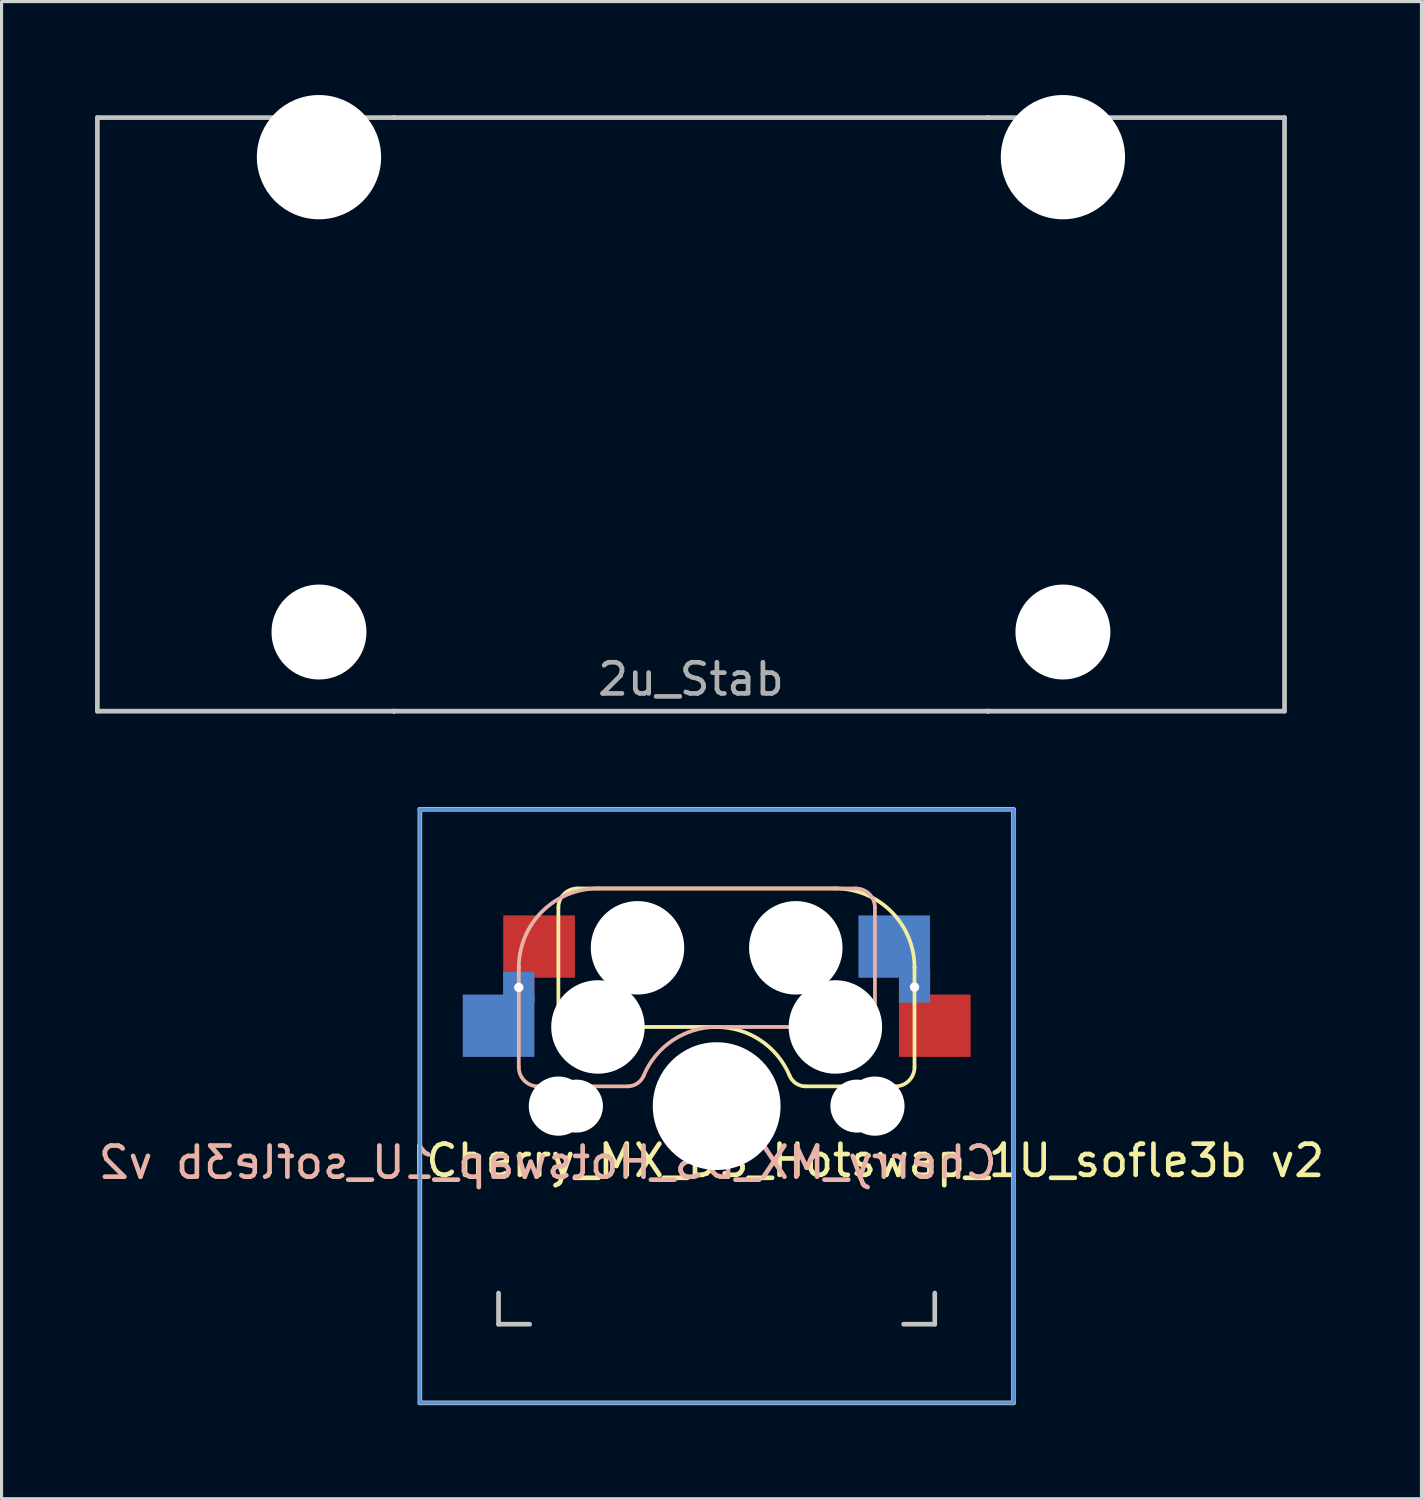
<source format=kicad_pcb>
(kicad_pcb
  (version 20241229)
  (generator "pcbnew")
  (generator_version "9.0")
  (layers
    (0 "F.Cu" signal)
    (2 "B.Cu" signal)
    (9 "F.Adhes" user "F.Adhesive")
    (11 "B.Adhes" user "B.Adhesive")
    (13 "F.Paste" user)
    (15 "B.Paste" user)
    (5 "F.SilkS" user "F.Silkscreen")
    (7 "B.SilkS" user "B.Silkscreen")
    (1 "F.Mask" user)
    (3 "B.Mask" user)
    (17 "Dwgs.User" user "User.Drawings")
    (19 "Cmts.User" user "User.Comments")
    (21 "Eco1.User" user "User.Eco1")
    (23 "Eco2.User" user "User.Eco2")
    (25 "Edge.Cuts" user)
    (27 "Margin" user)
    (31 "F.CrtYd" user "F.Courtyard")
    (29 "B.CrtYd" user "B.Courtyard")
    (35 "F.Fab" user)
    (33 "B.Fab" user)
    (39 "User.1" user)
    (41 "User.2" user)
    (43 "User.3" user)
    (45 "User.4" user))
  (footprint "Cherry_MX_DS_Hotswap_1U_sofle3b v2"
    (layer "F.Cu")
    (at 19.95 32.449)
    (property "Reference" "Cherry_MX_DS_Hotswap_1U_sofle3b v2" (at -5.42 1.81 0) (layer "B.SilkS") (effects (font (size 1 1) (thickness 0.15)) (justify mirror)))
    (attr through_hole)
    (fp_line (start -5.08 -6.36) (end -5.08 -2.54) (stroke (width 0.12) (type solid)) (layer "F.SilkS"))
    (fp_line (start -5.08 -2.54) (end -5.08 -2.54) (stroke (width 0.12) (type solid)) (layer "F.SilkS"))
    (fp_line (start -5.08 -2.54) (end -5.08 -2.54) (stroke (width 0.12) (type solid)) (layer "F.SilkS"))
    (fp_line (start -4.46 -6.985) (end 3.81 -6.985) (stroke (width 0.12) (type solid)) (layer "F.SilkS"))
    (fp_line (start 0 -2.54) (end -5.08 -2.54) (stroke (width 0.12) (type solid)) (layer "F.SilkS"))
    (fp_line (start 0 -2.54) (end 0 -2.54) (stroke (width 0.12) (type solid)) (layer "F.SilkS"))
    (fp_line (start 2.86 -0.635) (end 5.72 -0.635) (stroke (width 0.12) (type solid)) (layer "F.SilkS"))
    (fp_line (start 3.81 -6.985) (end 3.81 -6.985) (stroke (width 0.12) (type solid)) (layer "F.SilkS"))
    (fp_line (start 6.35 -4.445) (end 6.35 -4.445) (stroke (width 0.12) (type solid)) (layer "F.SilkS"))
    (fp_line (start 6.35 -1.25) (end 6.35 -4.445) (stroke (width 0.12) (type solid)) (layer "F.SilkS"))
    (fp_arc (start -5.08 -6.37) (mid -4.899871 -6.804871) (end -4.465 -6.985) (stroke (width 0.12) (type default)) (layer "F.SilkS"))
    (fp_arc (start 0 -2.536928) (mid 1.405313 -2.11213) (end 2.34 -0.98) (stroke (width 0.12) (type solid)) (layer "F.SilkS"))
    (fp_arc (start 2.859999 -0.633863) (mid 2.547381 -0.727883) (end 2.34 -0.98) (stroke (width 0.12) (type default)) (layer "F.SilkS"))
    (fp_arc (start 3.81 -6.985) (mid 5.606051 -6.241051) (end 6.35 -4.445) (stroke (width 0.12) (type solid)) (layer "F.SilkS"))
    (fp_arc (start 6.350129 -1.25) (mid 6.169985 -0.815144) (end 5.735129 -0.635) (stroke (width 0.12) (type default)) (layer "F.SilkS"))
    (fp_line (start -6.35 -4.445) (end -6.35 -4.445) (stroke (width 0.12) (type solid)) (layer "B.SilkS"))
    (fp_line (start -6.35 -4.445) (end -6.35 -1.26) (stroke (width 0.12) (type solid)) (layer "B.SilkS"))
    (fp_line (start -5.73 -0.635) (end -2.84 -0.635) (stroke (width 0.12) (type solid)) (layer "B.SilkS"))
    (fp_line (start -3.81 -6.985) (end -3.81 -6.985) (stroke (width 0.12) (type solid)) (layer "B.SilkS"))
    (fp_line (start -3.81 -6.985) (end 4.46 -6.985) (stroke (width 0.12) (type solid)) (layer "B.SilkS"))
    (fp_line (start 0 -2.54) (end 0 -2.54) (stroke (width 0.12) (type solid)) (layer "B.SilkS"))
    (fp_line (start 0 -2.54) (end 5.08 -2.54) (stroke (width 0.12) (type solid)) (layer "B.SilkS"))
    (fp_line (start 5.08 -6.37) (end 5.08 -2.54) (stroke (width 0.12) (type solid)) (layer "B.SilkS"))
    (fp_line (start 5.08 -2.54) (end 5.08 -2.54) (stroke (width 0.12) (type solid)) (layer "B.SilkS"))
    (fp_line (start 5.08 -2.54) (end 5.08 -2.54) (stroke (width 0.12) (type solid)) (layer "B.SilkS"))
    (fp_arc (start -6.35 -4.445) (mid -5.606051 -6.241051) (end -3.81 -6.985) (stroke (width 0.12) (type solid)) (layer "B.SilkS"))
    (fp_arc (start -5.735 -0.635) (mid -6.169871 -0.815129) (end -6.35 -1.25) (stroke (width 0.12) (type default)) (layer "B.SilkS"))
    (fp_arc (start -2.34 -0.983072) (mid -1.405313 -2.115202) (end 0 -2.54) (stroke (width 0.12) (type solid)) (layer "B.SilkS"))
    (fp_arc (start -2.34 -0.980845) (mid -2.539137 -0.734326) (end -2.840072 -0.635) (stroke (width 0.12) (type default)) (layer "B.SilkS"))
    (fp_arc (start 4.465129 -6.985) (mid 4.899999 -6.80487) (end 5.080129 -6.37) (stroke (width 0.12) (type default)) (layer "B.SilkS"))
    (fp_line (start -9.525 -9.525) (end 9.525 -9.525) (stroke (width 0.15) (type solid)) (layer "Dwgs.User"))
    (fp_line (start -9.525 9.525) (end -9.525 -9.525) (stroke (width 0.15) (type solid)) (layer "Dwgs.User"))
    (fp_line (start -7 6) (end -7 7) (stroke (width 0.15) (type solid)) (layer "Dwgs.User"))
    (fp_line (start -7 7) (end -6 7) (stroke (width 0.15) (type solid)) (layer "Dwgs.User"))
    (fp_line (start 6 7) (end 7 7) (stroke (width 0.15) (type solid)) (layer "Dwgs.User"))
    (fp_line (start 7 7) (end 7 6) (stroke (width 0.15) (type solid)) (layer "Dwgs.User"))
    (fp_line (start 9.525 -9.525) (end 9.525 9.525) (stroke (width 0.15) (type solid)) (layer "Dwgs.User"))
    (fp_line (start 9.525 9.525) (end -9.525 9.525) (stroke (width 0.15) (type solid)) (layer "Dwgs.User"))
    (fp_line (start -9.525 -9.525) (end -9.525 9.525) (stroke (width 0.1) (type solid)) (layer "Cmts.User"))
    (fp_line (start 9.525 -9.525) (end -9.525 -9.525) (stroke (width 0.1) (type solid)) (layer "Cmts.User"))
    (fp_line (start 9.525 -9.525) (end 9.525 9.525) (stroke (width 0.1) (type solid)) (layer "Cmts.User"))
    (fp_line (start 9.525 9.525) (end -9.525 9.525) (stroke (width 0.1) (type solid)) (layer "Cmts.User"))
    (fp_rect (start 7 -7) (end -7 7) (stroke (width 0.12) (type default)) (fill no) (layer "User.4"))
    (fp_text user "${REFERENCE}" (at 5.09 1.75 0) (layer "F.SilkS") (effects (font (size 1 1) (thickness 0.15))))
    (pad "" np_thru_hole circle (at -5.08 0) (size 1.9 1.9) (drill 1.9) (layers "*.Cu" "*.Mask"))
    (pad "" np_thru_hole circle (at -4.5 0) (size 1.7 1.7) (drill 1.7) (layers "*.Cu" "*.Mask"))
    (pad "" np_thru_hole circle (at -3.81 -2.54 180) (size 3 3) (drill 3) (layers "*.Cu" "*.Mask"))
    (pad "" np_thru_hole circle (at -2.54 -5.08 180) (size 3 3) (drill 3) (layers "*.Cu" "*.Mask"))
    (pad "" np_thru_hole circle (at 0 0 90) (size 4.1 4.1) (drill 4.1) (layers "*.Cu" "*.Mask"))
    (pad "" np_thru_hole circle (at 2.54 -5.08 180) (size 3 3) (drill 3) (layers "*.Cu" "*.Mask"))
    (pad "" np_thru_hole circle (at 3.81 -2.54 180) (size 3 3) (drill 3) (layers "*.Cu" "*.Mask"))
    (pad "" np_thru_hole circle (at 4.5 0) (size 1.7 1.7) (drill 1.7) (layers "*.Cu" "*.Mask"))
    (pad "" np_thru_hole circle (at 5.08 0) (size 1.9 1.9) (drill 1.9) (layers "*.Cu" "*.Mask"))
    (pad "5" smd rect (at 5.7 -5.12 180) (size 2.3 2) (layers "B.Cu" "B.Mask" "B.Paste"))
    (pad "5" thru_hole rect (at 6.35 -3.82) (size 1 1) (drill 0.3) (layers "*.Cu"))
    (pad "5" smd rect (at 7 -2.58 180) (size 2.3 2) (layers "F.Cu" "F.Mask" "F.Paste"))
    (pad "6" smd rect (at -7 -2.58 180) (size 2.3 2) (layers "B.Cu" "B.Mask" "B.Paste"))
    (pad "6" thru_hole rect (at -6.35 -3.81) (size 1 1) (drill 0.3) (layers "*.Cu"))
    (pad "6" smd rect (at -5.7 -5.12 180) (size 2.3 2) (layers "F.Cu" "F.Mask" "F.Paste")))
  (footprint "2u_Stab"
    (layer "F.Cu")
    (at 19.125 10.249)
    (property "Reference" "2u_Stab" (at 0 8.5 0) (layer "F.Fab") (effects (font (size 1 1) (thickness 0.15))))
    (attr through_hole)
    (fp_line (start -19.05 -9.525) (end 19.05 -9.525) (stroke (width 0.15) (type solid)) (layer "Dwgs.User"))
    (fp_line (start -19.05 9.525) (end -19.05 -9.525) (stroke (width 0.15) (type solid)) (layer "Dwgs.User"))
    (fp_line (start -9.525 -9.525) (end -9.525 -9.525) (stroke (width 0.15) (type solid)) (layer "Dwgs.User"))
    (fp_line (start -9.525 -9.525) (end -9.525 -9.525) (stroke (width 0.15) (type solid)) (layer "Dwgs.User"))
    (fp_line (start -9.525 -9.525) (end -9.525 -9.525) (stroke (width 0.15) (type solid)) (layer "Dwgs.User"))
    (fp_line (start -9.525 -9.525) (end -9.525 -9.525) (stroke (width 0.15) (type solid)) (layer "Dwgs.User"))
    (fp_line (start -9.525 9.525) (end -9.525 9.525) (stroke (width 0.15) (type solid)) (layer "Dwgs.User"))
    (fp_line (start -9.525 9.525) (end -9.525 9.525) (stroke (width 0.15) (type solid)) (layer "Dwgs.User"))
    (fp_line (start -9.525 9.525) (end -9.525 9.525) (stroke (width 0.15) (type solid)) (layer "Dwgs.User"))
    (fp_line (start -9.525 9.525) (end -9.525 9.525) (stroke (width 0.15) (type solid)) (layer "Dwgs.User"))
    (fp_line (start 9.525 -9.525) (end 9.525 -9.525) (stroke (width 0.15) (type solid)) (layer "Dwgs.User"))
    (fp_line (start 9.525 -9.525) (end 9.525 -9.525) (stroke (width 0.15) (type solid)) (layer "Dwgs.User"))
    (fp_line (start 9.525 -9.525) (end 9.525 -9.525) (stroke (width 0.15) (type solid)) (layer "Dwgs.User"))
    (fp_line (start 9.525 -9.525) (end 9.525 -9.525) (stroke (width 0.15) (type solid)) (layer "Dwgs.User"))
    (fp_line (start 9.525 9.525) (end 9.525 9.525) (stroke (width 0.15) (type solid)) (layer "Dwgs.User"))
    (fp_line (start 9.525 9.525) (end 9.525 9.525) (stroke (width 0.15) (type solid)) (layer "Dwgs.User"))
    (fp_line (start 9.525 9.525) (end 9.525 9.525) (stroke (width 0.15) (type solid)) (layer "Dwgs.User"))
    (fp_line (start 9.525 9.525) (end 9.525 9.525) (stroke (width 0.15) (type solid)) (layer "Dwgs.User"))
    (fp_line (start 19.05 -9.525) (end 19.05 9.525) (stroke (width 0.15) (type solid)) (layer "Dwgs.User"))
    (fp_line (start 19.05 9.525) (end -19.05 9.525) (stroke (width 0.15) (type solid)) (layer "Dwgs.User"))
    (fp_line (start -9.525 9.525) (end -9.525 -9.525) (stroke (width 0.15) (type solid)) (layer "User.2"))
    (fp_line (start 9.525 -9.525) (end -9.525 -9.525) (stroke (width 0.15) (type solid)) (layer "User.2"))
    (fp_line (start 9.525 9.525) (end -9.525 9.525) (stroke (width 0.15) (type solid)) (layer "User.2"))
    (fp_line (start 9.525 9.525) (end 9.525 -9.525) (stroke (width 0.15) (type solid)) (layer "User.2"))
    (pad "" np_thru_hole circle (at -11.938 -8.255) (size 3.988 3.988) (drill 3.988) (layers "*.Cu" "*.Mask"))
    (pad "" np_thru_hole circle (at -11.938 6.985) (size 3.048 3.048) (drill 3.048) (layers "*.Cu" "*.Mask"))
    (pad "" np_thru_hole circle (at 11.938 -8.255) (size 3.988 3.988) (drill 3.988) (layers "*.Cu" "*.Mask"))
    (pad "" np_thru_hole circle (at 11.938 6.985) (size 3.048 3.048) (drill 3.048) (layers "*.Cu" "*.Mask")))
  (gr_rect
    (start -3 -3)
    (end 42.57 45.049)
    (stroke (width 0.1) (type default))
    (fill no)
    (layer "Edge.Cuts")))
</source>
